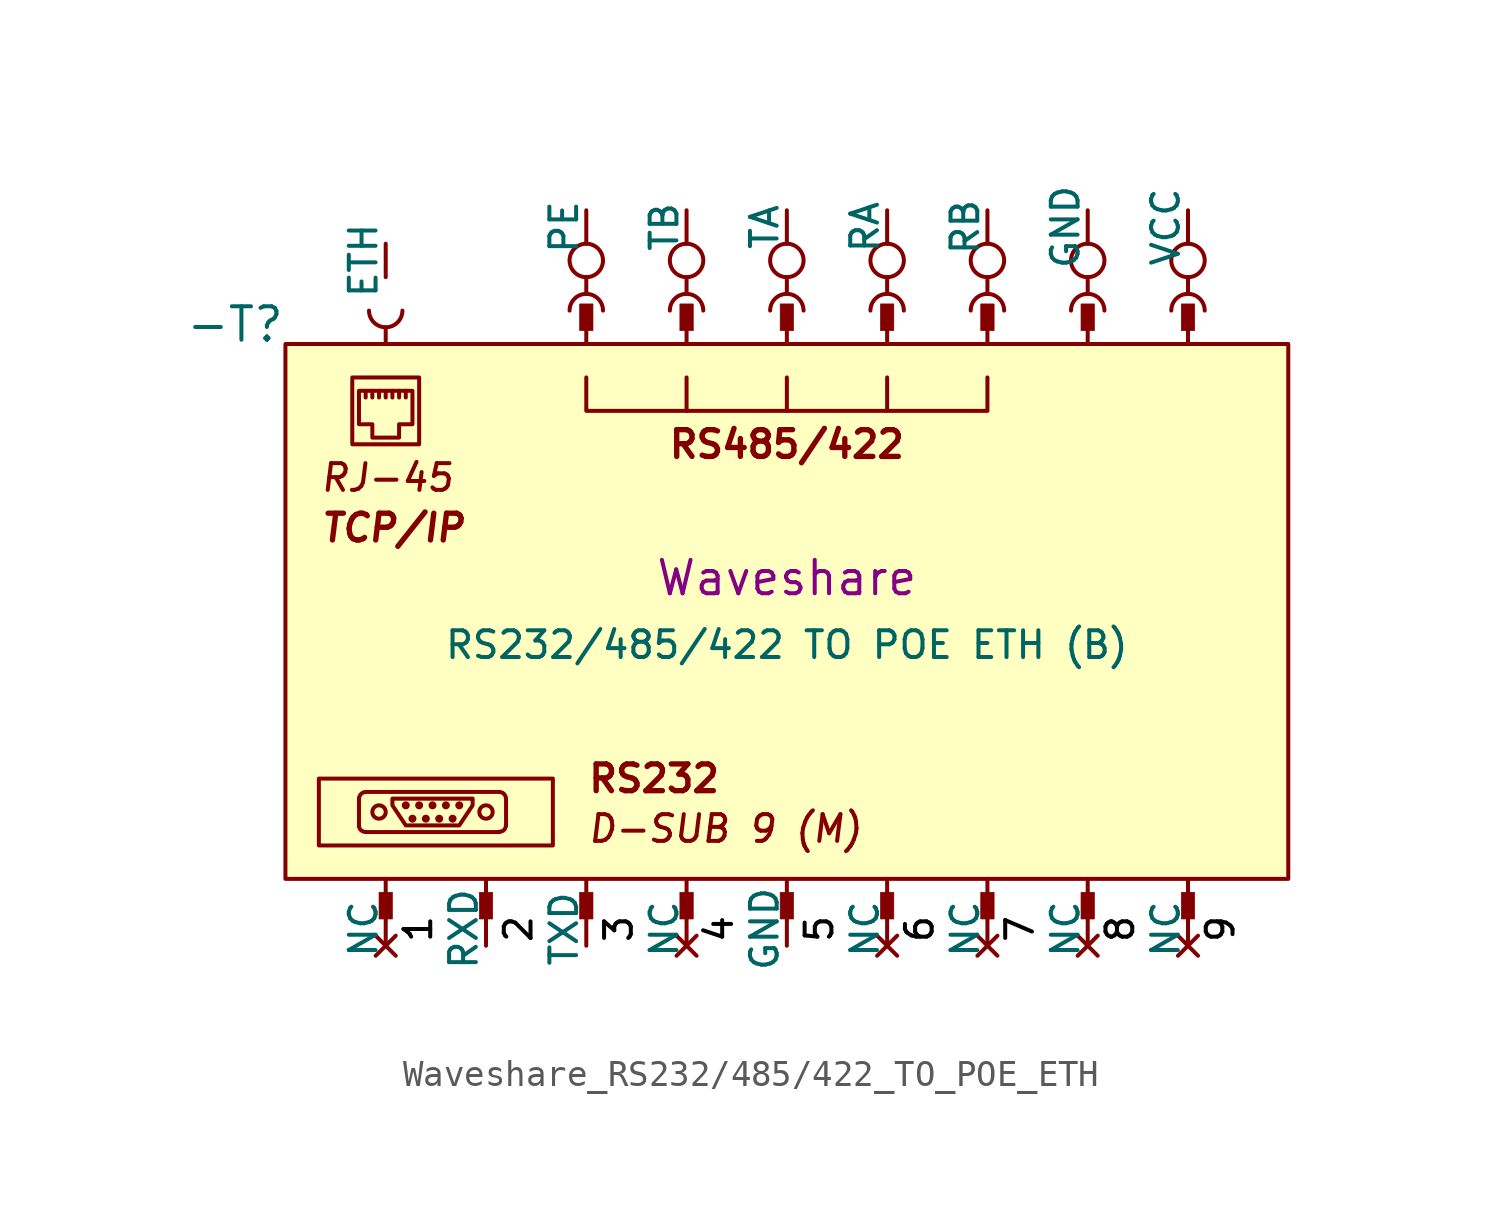
<source format=kicad_sym>
(kicad_symbol_lib
  (version 20231120)
  (generator "kicad_symbol_editor")
  (generator_version "8.0")
  (symbol "Waveshare_RS232/485/422_TO_POE_ETH"
    (pin_numbers hide)
    (pin_names
      (offset 0))
    (property "Reference" "-T"
      (at 0 0 0)
      (do_not_autoplace)
      (effects (font (size 1.27 1.27)) (justify right bottom)))
    (property "Value" "RS232/485/422 TO POE ETH (B)"
      (at 19.05 -11.43 0)
      (do_not_autoplace)
      (effects (font (size 1.016 1.016))))
    (property "Manufacturer" "Waveshare"
      (at 19.05 -8.89 0)
      (do_not_autoplace)
      (effects (font (size 1.27 1.27))))
    (symbol "Waveshare_RS232/485/422_TO_POE_ETH_0_1"
      (rectangle (start 0 0) (end 38.1 -20.32) (stroke (width 0) (type default)) (fill (type background)))
      (circle (center 11.43 3.175) (radius 0.635) (stroke (width 0) (type default)) (fill (type none)))
      (circle (center 15.24 3.175) (radius 0.635) (stroke (width 0) (type default)) (fill (type none)))
      (circle (center 19.05 3.175) (radius 0.635) (stroke (width 0) (type default)) (fill (type none)))
      (circle (center 22.86 3.175) (radius 0.635) (stroke (width 0) (type default)) (fill (type none)))
      (circle (center 26.67 3.175) (radius 0.635) (stroke (width 0) (type default)) (fill (type none)))
      (circle (center 30.48 3.175) (radius 0.635) (stroke (width 0) (type default)) (fill (type none)))
      (circle (center 34.29 3.175) (radius 0.635) (stroke (width 0) (type default)) (fill (type none))))
    (symbol "Waveshare_RS232/485/422_TO_POE_ETH_1_0"
      (polyline (pts (xy 2.794 -18.288) (xy 2.794 -17.272)) (stroke (width 0) (type default)) (fill (type none)))
      (polyline (pts (xy 3.048 -17.018) (xy 8.128 -17.018)) (stroke (width 0) (type default)) (fill (type none)))
      (polyline (pts (xy 3.048 -2.032) (xy 3.048 -1.778)) (stroke (width 0) (type default)) (fill (type none)))
      (polyline (pts (xy 3.302 -2.032) (xy 3.302 -1.778)) (stroke (width 0) (type default)) (fill (type none)))
      (polyline (pts (xy 3.556 -2.032) (xy 3.556 -1.778)) (stroke (width 0) (type default)) (fill (type none)))
      (polyline (pts (xy 3.81 -2.032) (xy 3.81 -1.778)) (stroke (width 0) (type default)) (fill (type none)))
      (polyline (pts (xy 4.064 -2.032) (xy 4.064 -1.778)) (stroke (width 0) (type default)) (fill (type none)))
      (polyline (pts (xy 4.318 -2.032) (xy 4.318 -1.778)) (stroke (width 0) (type default)) (fill (type none)))
      (polyline (pts (xy 4.572 -2.032) (xy 4.572 -1.778)) (stroke (width 0) (type default)) (fill (type none)))
      (polyline (pts (xy 8.128 -18.542) (xy 3.048 -18.542)) (stroke (width 0) (type default)) (fill (type none)))
      (polyline (pts (xy 8.382 -17.272) (xy 8.382 -18.288)) (stroke (width 0) (type default)) (fill (type none)))
      (polyline (pts (xy 15.24 -2.54) (xy 15.24 -1.27)) (stroke (width 0) (type default)) (fill (type none)))
      (polyline (pts (xy 19.05 -2.54) (xy 19.05 -1.27)) (stroke (width 0) (type default)) (fill (type none)))
      (polyline (pts (xy 22.86 -2.54) (xy 22.86 -1.27)) (stroke (width 0) (type default)) (fill (type none)))
      (polyline (pts (xy 11.43 -1.27) (xy 11.43 -2.54) (xy 26.67 -2.54) (xy 26.67 -1.27)) (stroke (width 0) (type default)) (fill (type none)))
      (polyline (pts (xy 6.604 -18.288) (xy 4.572 -18.288) (xy 4.064 -17.526) (xy 4.064 -17.272) (xy 7.112 -17.272) (xy 7.112 -17.526) (xy 6.604 -18.288)) (stroke (width 0) (type default)) (fill (type none)))
      (polyline (pts (xy 2.794 -3.048) (xy 3.302 -3.048) (xy 3.302 -3.556) (xy 4.318 -3.556) (xy 4.318 -3.048) (xy 4.826 -3.048) (xy 4.826 -1.778) (xy 2.794 -1.778) (xy 2.794 -3.048)) (stroke (width 0) (type default)) (fill (type none)))
      (rectangle (start 2.54 -1.27) (end 5.08 -3.81) (stroke (width 0) (type default)) (fill (type none)))
      (arc (start 2.794 -18.281) (mid 2.8656 -18.4637) (end 3.048 -18.535) (stroke (width 0) (type default)) (fill (type none)))
      (arc (start 3.05 -17.025) (mid 2.87 -17.0993) (end 2.796 -17.279) (stroke (width 0) (type default)) (fill (type none)))
      (circle (center 3.556 -17.78) (radius 0.254) (stroke (width 0) (type default)) (fill (type none)))
      (circle (center 4.572 -17.526) (radius 0.0001) (stroke (width 0) (type default)) (fill (type none)))
      (circle (center 4.826 -18.034) (radius 0.0001) (stroke (width 0) (type default)) (fill (type none)))
      (circle (center 5.08 -17.526) (radius 0.0001) (stroke (width 0) (type default)) (fill (type none)))
      (circle (center 5.334 -18.034) (radius 0.0001) (stroke (width 0) (type default)) (fill (type none)))
      (circle (center 5.588 -17.526) (radius 0.0001) (stroke (width 0) (type default)) (fill (type none)))
      (circle (center 5.842 -18.034) (radius 0.0001) (stroke (width 0) (type default)) (fill (type none)))
      (circle (center 6.096 -17.526) (radius 0.0001) (stroke (width 0) (type default)) (fill (type none)))
      (circle (center 6.35 -18.034) (radius 0.0001) (stroke (width 0) (type default)) (fill (type none)))
      (circle (center 6.604 -17.526) (radius 0.0001) (stroke (width 0) (type default)) (fill (type none)))
      (circle (center 7.62 -17.78) (radius 0.254) (stroke (width 0) (type default)) (fill (type none)))
      (arc (start 8.122 -18.535) (mid 8.3037 -18.463) (end 8.376 -18.281) (stroke (width 0) (type default)) (fill (type none)))
      (arc (start 8.382 -17.272) (mid 8.3082 -17.0918) (end 8.128 -17.02) (stroke (width 0) (type default)) (fill (type none)))
      (rectangle (start 10.16 -16.51) (end 1.27 -19.05) (stroke (width 0) (type default)) (fill (type none)))
      (text "1" (at 4.445 -22.225 900) (effects (font (size 1.016 1.016) (color 0 0 0 1)) (justify top)))
      (text "2" (at 8.255 -22.225 900) (effects (font (size 1.016 1.016) (color 0 0 0 1)) (justify top)))
      (text "3" (at 12.065 -22.225 900) (effects (font (size 1.016 1.016) (color 0 0 0 1)) (justify top)))
      (text "4" (at 15.875 -22.225 900) (effects (font (size 1.016 1.016) (color 0 0 0 1)) (justify top)))
      (text "5" (at 19.685 -22.225 900) (effects (font (size 1.016 1.016) (color 0 0 0 1)) (justify top)))
      (text "6" (at 23.495 -22.225 900) (effects (font (size 1.016 1.016) (color 0 0 0 1)) (justify top)))
      (text "7" (at 27.305 -22.225 900) (effects (font (size 1.016 1.016) (color 0 0 0 1)) (justify top)))
      (text "8" (at 31.115 -22.225 900) (effects (font (size 1.016 1.016) (color 0 0 0 1)) (justify top)))
      (text "9" (at 34.925 -22.225 900) (effects (font (size 1.016 1.016) (color 0 0 0 1)) (justify top)))
      (text "RJ-45" (at 1.27 -5.08 0) (effects (font (size 1.016 1.016) (italic yes)) (justify left)))
      (text "RS232" (at 11.43 -16.51 0) (effects (font (size 1.016 1.016) (bold yes)) (justify left)))
      (text "RS485/422" (at 19.05 -3.81 0) (effects (font (size 1.016 1.016) (bold yes))))
      (text "TCP/IP" (at 1.27 -6.985 0) (effects (font (size 1.016 1.016) (bold yes) (italic yes)) (justify left))))
    (symbol "Waveshare_RS232/485/422_TO_POE_ETH_1_1"
      (polyline (pts (xy 3.81 -21.59) (xy 3.81 -20.32)) (stroke (width 0) (type default)) (fill (type none)))
      (polyline (pts (xy 3.81 0.635) (xy 3.81 0)) (stroke (width 0) (type default)) (fill (type none)))
      (polyline (pts (xy 7.62 -21.59) (xy 7.62 -20.32)) (stroke (width 0) (type default)) (fill (type none)))
      (polyline (pts (xy 11.43 -21.59) (xy 11.43 -20.32)) (stroke (width 0) (type default)) (fill (type none)))
      (polyline (pts (xy 11.43 1.27) (xy 11.43 0)) (stroke (width 0) (type default)) (fill (type none)))
      (polyline (pts (xy 11.43 1.905) (xy 11.43 2.54)) (stroke (width 0) (type default)) (fill (type none)))
      (polyline (pts (xy 15.24 -21.59) (xy 15.24 -20.32)) (stroke (width 0) (type default)) (fill (type none)))
      (polyline (pts (xy 15.24 1.27) (xy 15.24 0)) (stroke (width 0) (type default)) (fill (type none)))
      (polyline (pts (xy 15.24 1.905) (xy 15.24 2.54)) (stroke (width 0) (type default)) (fill (type none)))
      (polyline (pts (xy 19.05 -21.59) (xy 19.05 -20.32)) (stroke (width 0) (type default)) (fill (type none)))
      (polyline (pts (xy 19.05 1.27) (xy 19.05 0)) (stroke (width 0) (type default)) (fill (type none)))
      (polyline (pts (xy 19.05 1.905) (xy 19.05 2.54)) (stroke (width 0) (type default)) (fill (type none)))
      (polyline (pts (xy 22.86 -21.59) (xy 22.86 -20.32)) (stroke (width 0) (type default)) (fill (type none)))
      (polyline (pts (xy 22.86 1.27) (xy 22.86 0)) (stroke (width 0) (type default)) (fill (type none)))
      (polyline (pts (xy 22.86 1.905) (xy 22.86 2.54)) (stroke (width 0) (type default)) (fill (type none)))
      (polyline (pts (xy 26.67 -21.59) (xy 26.67 -20.32)) (stroke (width 0) (type default)) (fill (type none)))
      (polyline (pts (xy 26.67 1.27) (xy 26.67 0)) (stroke (width 0) (type default)) (fill (type none)))
      (polyline (pts (xy 26.67 1.905) (xy 26.67 2.54)) (stroke (width 0) (type default)) (fill (type none)))
      (polyline (pts (xy 30.48 -21.59) (xy 30.48 -20.32)) (stroke (width 0) (type default)) (fill (type none)))
      (polyline (pts (xy 30.48 1.27) (xy 30.48 0)) (stroke (width 0) (type default)) (fill (type none)))
      (polyline (pts (xy 30.48 1.905) (xy 30.48 2.54)) (stroke (width 0) (type default)) (fill (type none)))
      (polyline (pts (xy 34.29 -21.59) (xy 34.29 -20.32)) (stroke (width 0) (type default)) (fill (type none)))
      (polyline (pts (xy 34.29 1.27) (xy 34.29 0)) (stroke (width 0) (type default)) (fill (type none)))
      (polyline (pts (xy 34.29 1.905) (xy 34.29 2.54)) (stroke (width 0) (type default)) (fill (type none)))
      (arc (start 3.175 1.27) (mid 3.81 0.635) (end 4.445 1.27) (stroke (width 0) (type default)) (fill (type none)))
      (rectangle (start 3.556 -20.828) (end 4.064 -21.844) (stroke (width 0.025) (type default)) (fill (type outline)))
      (rectangle (start 7.366 -20.828) (end 7.874 -21.844) (stroke (width 0.025) (type default)) (fill (type outline)))
      (rectangle (start 11.176 -20.828) (end 11.684 -21.844) (stroke (width 0.025) (type default)) (fill (type outline)))
      (rectangle (start 11.684 0.508) (end 11.176 1.524) (stroke (width 0.025) (type default)) (fill (type outline)))
      (arc (start 12.065 1.27) (mid 11.43 1.905) (end 10.795 1.27) (stroke (width 0) (type default)) (fill (type none)))
      (rectangle (start 14.986 -20.828) (end 15.494 -21.844) (stroke (width 0.025) (type default)) (fill (type outline)))
      (rectangle (start 15.494 0.508) (end 14.986 1.524) (stroke (width 0.025) (type default)) (fill (type outline)))
      (arc (start 15.875 1.27) (mid 15.24 1.905) (end 14.605 1.27) (stroke (width 0) (type default)) (fill (type none)))
      (rectangle (start 18.796 -20.828) (end 19.304 -21.844) (stroke (width 0.025) (type default)) (fill (type outline)))
      (rectangle (start 19.304 0.508) (end 18.796 1.524) (stroke (width 0.025) (type default)) (fill (type outline)))
      (arc (start 19.685 1.27) (mid 19.05 1.905) (end 18.415 1.27) (stroke (width 0) (type default)) (fill (type none)))
      (rectangle (start 22.606 -20.828) (end 23.114 -21.844) (stroke (width 0.025) (type default)) (fill (type outline)))
      (rectangle (start 23.114 0.508) (end 22.606 1.524) (stroke (width 0.025) (type default)) (fill (type outline)))
      (arc (start 23.495 1.27) (mid 22.86 1.905) (end 22.225 1.27) (stroke (width 0) (type default)) (fill (type none)))
      (rectangle (start 26.416 -20.828) (end 26.924 -21.844) (stroke (width 0.025) (type default)) (fill (type outline)))
      (rectangle (start 26.924 0.508) (end 26.416 1.524) (stroke (width 0.025) (type default)) (fill (type outline)))
      (arc (start 27.305 1.27) (mid 26.67 1.905) (end 26.035 1.27) (stroke (width 0) (type default)) (fill (type none)))
      (rectangle (start 30.226 -20.828) (end 30.734 -21.844) (stroke (width 0.025) (type default)) (fill (type outline)))
      (rectangle (start 30.734 0.508) (end 30.226 1.524) (stroke (width 0.025) (type default)) (fill (type outline)))
      (arc (start 31.115 1.27) (mid 30.48 1.905) (end 29.845 1.27) (stroke (width 0) (type default)) (fill (type none)))
      (rectangle (start 34.036 -20.828) (end 34.544 -21.844) (stroke (width 0.025) (type default)) (fill (type outline)))
      (rectangle (start 34.544 0.508) (end 34.036 1.524) (stroke (width 0.025) (type default)) (fill (type outline)))
      (arc (start 34.925 1.27) (mid 34.29 1.905) (end 33.655 1.27) (stroke (width 0) (type default)) (fill (type none)))
      (text "D-SUB 9 (M)" (at 11.43 -18.415 0) (effects (font (size 1.016 1.016) (italic yes)) (justify left)))
      (pin no_connect line (at 3.81 -22.86 90) (length 1.27) (name "NC" (effects (font (size 1.016 1.016)))) (number "1" (effects (font (size 1.016 1.016)))))
      (pin input line (at 26.67 5.08 270) (length 1.27) (name "RB" (effects (font (size 1.016 1.016)))) (number "1" (effects (font (size 1.016 1.016)))))
      (pin input line (at 22.86 5.08 270) (length 1.27) (name "RA" (effects (font (size 1.016 1.016)))) (number "2" (effects (font (size 1.016 1.016)))))
      (pin input line (at 7.62 -22.86 90) (length 1.27) (name "RXD" (effects (font (size 1.016 1.016)))) (number "2" (effects (font (size 1.016 1.016)))))
      (pin output line (at 19.05 5.08 270) (length 1.27) (name "TA" (effects (font (size 1.016 1.016)))) (number "3" (effects (font (size 1.016 1.016)))))
      (pin output line (at 11.43 -22.86 90) (length 1.27) (name "TXD" (effects (font (size 1.016 1.016)))) (number "3" (effects (font (size 1.016 1.016)))))
      (pin no_connect line (at 15.24 -22.86 90) (length 1.27) (name "NC" (effects (font (size 1.016 1.016)))) (number "4" (effects (font (size 1.016 1.016)))))
      (pin output line (at 15.24 5.08 270) (length 1.27) (name "TB" (effects (font (size 1.016 1.016)))) (number "4" (effects (font (size 1.016 1.016)))))
      (pin power_out line (at 19.05 -22.86 90) (length 1.27) (name "GND" (effects (font (size 1.016 1.016)))) (number "5" (effects (font (size 1.016 1.016)))))
      (pin passive line (at 11.43 5.08 270) (length 1.27) (name "PE" (effects (font (size 1.016 1.016)))) (number "5" (effects (font (size 1.016 1.016)))))
      (pin no_connect line (at 22.86 -22.86 90) (length 1.27) (name "NC" (effects (font (size 1.016 1.016)))) (number "6" (effects (font (size 1.016 1.016)))))
      (pin power_in line (at 34.29 5.08 270) (length 1.27) (name "VCC" (effects (font (size 1.016 1.016)))) (number "6" (effects (font (size 1.016 1.016)))))
      (pin power_in line (at 30.48 5.08 270) (length 1.27) (name "GND" (effects (font (size 1.016 1.016)))) (number "7" (effects (font (size 1.016 1.016)))))
      (pin no_connect line (at 26.67 -22.86 90) (length 1.27) (name "NC" (effects (font (size 1.016 1.016)))) (number "7" (effects (font (size 1.016 1.016)))))
      (pin bidirectional line (at 3.81 3.81 270) (length 1.27) (name "ETH" (effects (font (size 1.016 1.016)))) (number "8" (effects (font (size 1.016 1.016)))))
      (pin no_connect line (at 30.48 -22.86 90) (length 1.27) (name "NC" (effects (font (size 1.016 1.016)))) (number "8" (effects (font (size 1.016 1.016)))))
      (pin no_connect line (at 34.29 -22.86 90) (length 1.27) (name "NC" (effects (font (size 1.016 1.016)))) (number "9" (effects (font (size 1.016 1.016))))))))
</source>
